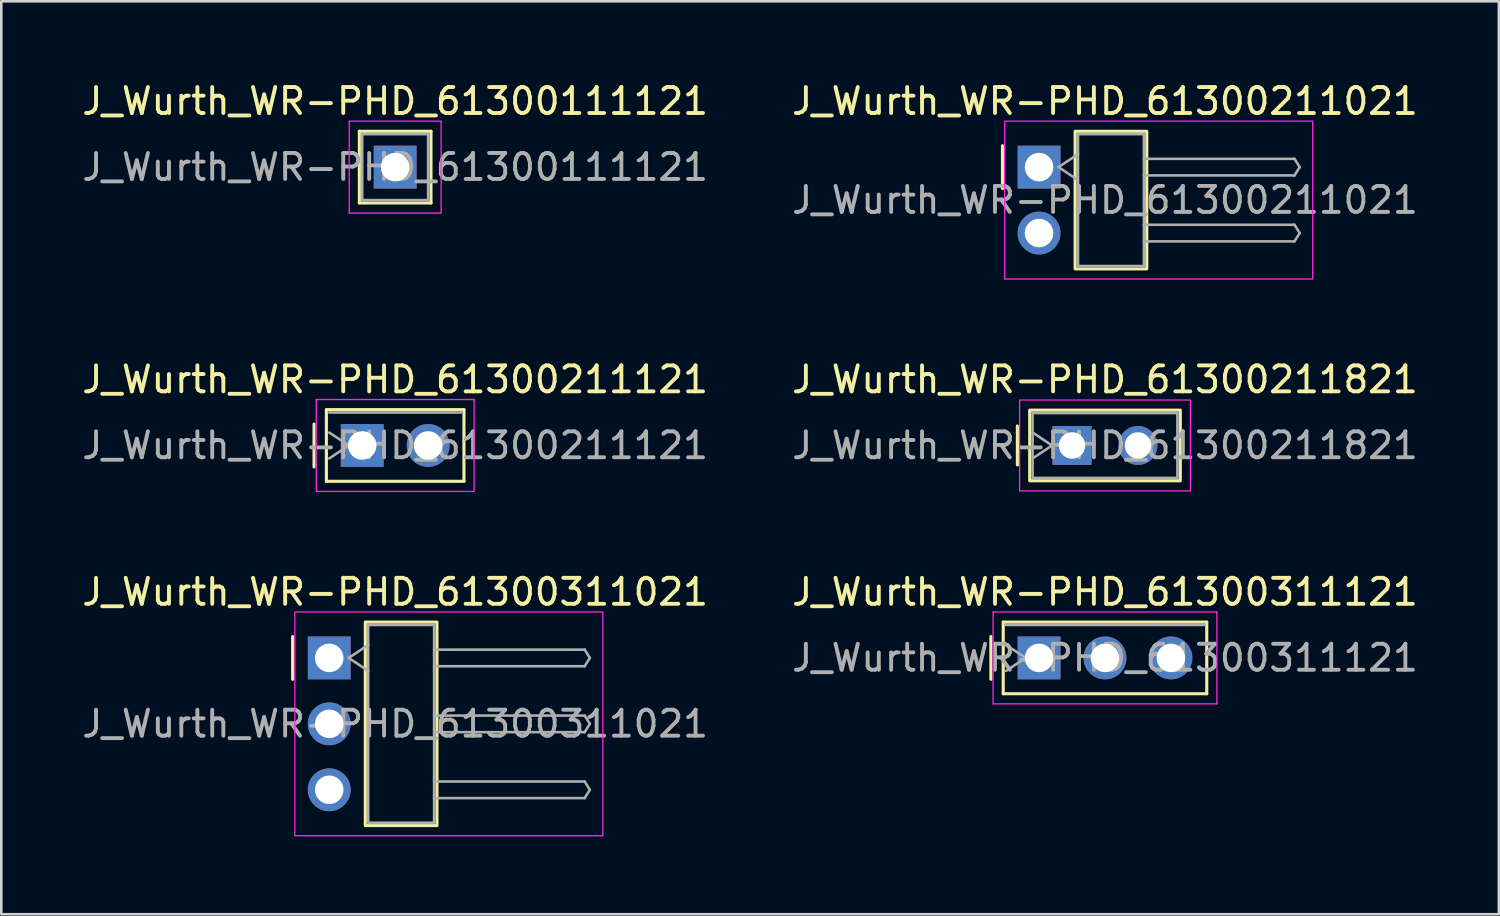
<source format=kicad_pcb>
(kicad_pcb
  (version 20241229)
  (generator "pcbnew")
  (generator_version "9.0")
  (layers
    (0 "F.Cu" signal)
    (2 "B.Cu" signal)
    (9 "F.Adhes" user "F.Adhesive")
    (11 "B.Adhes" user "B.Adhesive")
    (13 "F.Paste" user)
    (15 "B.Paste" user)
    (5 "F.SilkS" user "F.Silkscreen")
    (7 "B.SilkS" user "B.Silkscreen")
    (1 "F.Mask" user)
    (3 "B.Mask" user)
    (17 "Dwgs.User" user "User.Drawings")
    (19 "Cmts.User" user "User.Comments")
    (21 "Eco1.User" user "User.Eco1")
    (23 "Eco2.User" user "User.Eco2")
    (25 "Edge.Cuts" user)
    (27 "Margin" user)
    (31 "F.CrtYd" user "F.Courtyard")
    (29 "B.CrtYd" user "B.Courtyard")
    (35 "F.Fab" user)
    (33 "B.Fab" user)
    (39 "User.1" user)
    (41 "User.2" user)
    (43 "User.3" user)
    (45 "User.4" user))
  (footprint "J_Wurth_WR-PHD_61300211021"
    (layer "F.Cu")
    (at 36.978 3.388)
    (property "Reference" "J_Wurth_WR-PHD_61300211021" (at 2.54 -2.54 0) (unlocked yes) (layer "F.SilkS") (effects (font (size 1 1) (thickness 0.15))))
    (attr through_hole)
    (fp_line (start -1.41 -0.825) (end -1.41 0.825) (stroke (width 0.12) (type solid)) (layer "F.SilkS"))
    (fp_rect (start 1.39 -1.38) (end 4.15 3.92) (stroke (width 0.12) (type solid)) (fill no) (layer "F.SilkS"))
    (fp_rect (start -1.325 -1.77) (end 10.54 4.31) (stroke (width 0.05) (type solid)) (fill no) (layer "F.CrtYd"))
    (fp_line (start 0.75 0) (end 1.5 -0.5) (stroke (width 0.1) (type solid)) (layer "F.Fab"))
    (fp_line (start 0.75 0) (end 1.5 0.5) (stroke (width 0.1) (type solid)) (layer "F.Fab"))
    (fp_line (start 4.04 0.32) (end 9.84 0.32) (stroke (width 0.1) (type solid)) (layer "F.Fab"))
    (fp_line (start 4.04 2.86) (end 9.84 2.86) (stroke (width 0.1) (type solid)) (layer "F.Fab"))
    (fp_line (start 9.84 -0.32) (end 4.04 -0.32) (stroke (width 0.1) (type solid)) (layer "F.Fab"))
    (fp_line (start 9.84 0.32) (end 10.04 0) (stroke (width 0.1) (type solid)) (layer "F.Fab"))
    (fp_line (start 9.84 2.22) (end 4.04 2.22) (stroke (width 0.1) (type solid)) (layer "F.Fab"))
    (fp_line (start 9.84 2.86) (end 10.04 2.54) (stroke (width 0.1) (type solid)) (layer "F.Fab"))
    (fp_line (start 10.04 0) (end 9.84 -0.32) (stroke (width 0.1) (type solid)) (layer "F.Fab"))
    (fp_line (start 10.04 2.54) (end 9.84 2.22) (stroke (width 0.1) (type solid)) (layer "F.Fab"))
    (fp_rect (start 1.5 -1.27) (end 4.04 3.81) (stroke (width 0.1) (type solid)) (fill no) (layer "F.Fab"))
    (fp_text user "${REFERENCE}" (at 2.54 1.27 0) (unlocked yes) (layer "F.Fab") (effects (font (size 1 1) (thickness 0.15))))
    (pad "1" thru_hole rect (at 0 0) (size 1.65 1.65) (drill 1.1) (layers "*.Cu" "*.Mask"))
    (pad "2" thru_hole circle (at 0 2.54) (size 1.65 1.65) (drill 1.1) (layers "*.Cu" "*.Mask")))
  (footprint "J_Wurth_WR-PHD_61300211121"
    (layer "F.Cu")
    (at 10.903 14.111)
    (property "Reference" "J_Wurth_WR-PHD_61300211121" (at 1.27 -2.54 0) (unlocked yes) (layer "F.SilkS") (effects (font (size 1 1) (thickness 0.15))))
    (attr through_hole)
    (fp_line (start -1.855 -0.825) (end -1.855 0.825) (stroke (width 0.12) (type solid)) (layer "F.SilkS"))
    (fp_line (start -1.38 -1.38) (end -1.38 1.38) (stroke (width 0.12) (type solid)) (layer "F.SilkS"))
    (fp_line (start -1.38 -1.38) (end 3.92 -1.38) (stroke (width 0.12) (type solid)) (layer "F.SilkS"))
    (fp_line (start -1.38 1.38) (end 3.92 1.38) (stroke (width 0.12) (type solid)) (layer "F.SilkS"))
    (fp_line (start 3.92 -1.38) (end 3.92 1.38) (stroke (width 0.12) (type solid)) (layer "F.SilkS"))
    (fp_line (start -1.77 -1.77) (end 4.31 -1.77) (stroke (width 0.05) (type solid)) (layer "F.CrtYd"))
    (fp_line (start -1.77 1.77) (end -1.77 -1.77) (stroke (width 0.05) (type solid)) (layer "F.CrtYd"))
    (fp_line (start -1.77 1.77) (end 4.31 1.77) (stroke (width 0.05) (type solid)) (layer "F.CrtYd"))
    (fp_line (start 4.31 -1.77) (end 4.31 1.77) (stroke (width 0.05) (type solid)) (layer "F.CrtYd"))
    (fp_line (start -1.27 -1.27) (end 3.81 -1.27) (stroke (width 0.1) (type solid)) (layer "F.Fab"))
    (fp_line (start -1.27 -0.5) (end -0.52 0) (stroke (width 0.1) (type solid)) (layer "F.Fab"))
    (fp_line (start -0.52 0) (end -1.27 0.5) (stroke (width 0.1) (type solid)) (layer "F.Fab"))
    (fp_line (start -1.27 1.27) (end -1.27 -1.27) (stroke (width 0.1) (type default)) (layer "User.1"))
    (fp_line (start 3.81 -1.27) (end 3.81 1.27) (stroke (width 0.1) (type default)) (layer "User.1"))
    (fp_line (start 3.81 1.27) (end -1.27 1.27) (stroke (width 0.1) (type default)) (layer "User.1"))
    (fp_text user "${REFERENCE}" (at 1.27 0 0) (unlocked yes) (layer "F.Fab") (effects (font (size 1 1) (thickness 0.15))))
    (pad "1" thru_hole rect (at 0 0) (size 1.65 1.65) (drill 1.1) (layers "*.Cu" "*.Mask"))
    (pad "2" thru_hole circle (at 2.54 0) (size 1.65 1.65) (drill 1.1) (layers "*.Cu" "*.Mask")))
  (footprint "J_Wurth_WR-PHD_61300311021"
    (layer "F.Cu")
    (at 9.633 22.295)
    (property "Reference" "J_Wurth_WR-PHD_61300311021" (at 2.54 -2.54 0) (unlocked yes) (layer "F.SilkS") (effects (font (size 1 1) (thickness 0.15))))
    (attr through_hole)
    (fp_line (start -1.41 -0.825) (end -1.41 0.825) (stroke (width 0.12) (type solid)) (layer "F.SilkS"))
    (fp_rect (start 1.39 -1.38) (end 4.15 6.46) (stroke (width 0.12) (type solid)) (fill no) (layer "F.SilkS"))
    (fp_rect (start -1.325 -1.77) (end 10.54 6.85) (stroke (width 0.05) (type solid)) (fill no) (layer "F.CrtYd"))
    (fp_line (start 0.75 0) (end 1.5 -0.5) (stroke (width 0.1) (type solid)) (layer "F.Fab"))
    (fp_line (start 0.75 0) (end 1.5 0.5) (stroke (width 0.1) (type solid)) (layer "F.Fab"))
    (fp_line (start 4.04 0.32) (end 9.84 0.32) (stroke (width 0.1) (type solid)) (layer "F.Fab"))
    (fp_line (start 4.04 2.86) (end 9.84 2.86) (stroke (width 0.1) (type solid)) (layer "F.Fab"))
    (fp_line (start 4.04 5.4) (end 9.84 5.4) (stroke (width 0.1) (type solid)) (layer "F.Fab"))
    (fp_line (start 9.84 -0.32) (end 4.04 -0.32) (stroke (width 0.1) (type solid)) (layer "F.Fab"))
    (fp_line (start 9.84 0.32) (end 10.04 0) (stroke (width 0.1) (type default)) (layer "F.Fab"))
    (fp_line (start 9.84 2.22) (end 4.04 2.22) (stroke (width 0.1) (type solid)) (layer "F.Fab"))
    (fp_line (start 9.84 2.86) (end 10.04 2.54) (stroke (width 0.1) (type default)) (layer "F.Fab"))
    (fp_line (start 9.84 4.76) (end 4.04 4.76) (stroke (width 0.1) (type solid)) (layer "F.Fab"))
    (fp_line (start 9.84 5.4) (end 10.04 5.08) (stroke (width 0.1) (type default)) (layer "F.Fab"))
    (fp_line (start 10.04 0) (end 9.84 -0.32) (stroke (width 0.1) (type solid)) (layer "F.Fab"))
    (fp_line (start 10.04 2.54) (end 9.84 2.22) (stroke (width 0.1) (type solid)) (layer "F.Fab"))
    (fp_line (start 10.04 5.08) (end 9.84 4.76) (stroke (width 0.1) (type solid)) (layer "F.Fab"))
    (fp_rect (start 1.5 -1.27) (end 4.04 6.35) (stroke (width 0.1) (type solid)) (fill no) (layer "F.Fab"))
    (fp_text user "${REFERENCE}" (at 2.54 2.54 0) (unlocked yes) (layer "F.Fab") (effects (font (size 1 1) (thickness 0.15))))
    (pad "1" thru_hole rect (at 0 0 180) (size 1.65 1.65) (drill 1.1) (layers "*.Cu" "*.Mask"))
    (pad "2" thru_hole circle (at 0 2.54 90) (size 1.65 1.65) (drill 1.1) (layers "*.Cu" "*.Mask"))
    (pad "3" thru_hole circle (at 0 5.08 90) (size 1.65 1.65) (drill 1.1) (layers "*.Cu" "*.Mask")))
  (footprint "J_Wurth_WR-PHD_61300311121"
    (layer "F.Cu")
    (at 36.978 22.295)
    (property "Reference" "J_Wurth_WR-PHD_61300311121" (at 2.54 -2.54 0) (unlocked yes) (layer "F.SilkS") (effects (font (size 1 1) (thickness 0.15))))
    (attr through_hole)
    (fp_line (start -1.855 -0.825) (end -1.855 0.825) (stroke (width 0.12) (type solid)) (layer "F.SilkS"))
    (fp_line (start -1.38 -1.38) (end -1.38 1.38) (stroke (width 0.12) (type solid)) (layer "F.SilkS"))
    (fp_line (start -1.38 -1.38) (end 6.46 -1.38) (stroke (width 0.12) (type solid)) (layer "F.SilkS"))
    (fp_line (start -1.38 1.38) (end 6.46 1.38) (stroke (width 0.12) (type solid)) (layer "F.SilkS"))
    (fp_line (start 6.46 -1.38) (end 6.46 1.38) (stroke (width 0.12) (type solid)) (layer "F.SilkS"))
    (fp_line (start -1.77 -1.77) (end 6.85 -1.77) (stroke (width 0.05) (type solid)) (layer "F.CrtYd"))
    (fp_line (start -1.77 1.77) (end -1.77 -1.77) (stroke (width 0.05) (type solid)) (layer "F.CrtYd"))
    (fp_line (start -1.77 1.77) (end 6.85 1.77) (stroke (width 0.05) (type solid)) (layer "F.CrtYd"))
    (fp_line (start 6.85 -1.77) (end 6.85 1.77) (stroke (width 0.05) (type solid)) (layer "F.CrtYd"))
    (fp_line (start -1.27 -1.27) (end 6.35 -1.27) (stroke (width 0.1) (type solid)) (layer "F.Fab"))
    (fp_line (start -1.27 -0.5) (end -0.52 0) (stroke (width 0.1) (type solid)) (layer "F.Fab"))
    (fp_line (start -0.52 0) (end -1.27 0.5) (stroke (width 0.1) (type solid)) (layer "F.Fab"))
    (fp_line (start -1.27 1.27) (end -1.27 -1.27) (stroke (width 0.1) (type default)) (layer "User.1"))
    (fp_line (start -1.27 1.27) (end 6.35 1.27) (stroke (width 0.1) (type solid)) (layer "User.1"))
    (fp_line (start 6.35 -1.27) (end 6.35 1.27) (stroke (width 0.1) (type solid)) (layer "User.1"))
    (fp_text user "${REFERENCE}" (at 2.54 0 0) (unlocked yes) (layer "F.Fab") (effects (font (size 1 1) (thickness 0.15))))
    (pad "1" thru_hole rect (at 0 0) (size 1.65 1.65) (drill 1.1) (layers "*.Cu" "*.Mask"))
    (pad "2" thru_hole circle (at 2.54 0) (size 1.65 1.65) (drill 1.1) (layers "*.Cu" "*.Mask"))
    (pad "3" thru_hole circle (at 5.08 0) (size 1.65 1.65) (drill 1.1) (layers "*.Cu" "*.Mask")))
  (footprint "J_Wurth_WR-PHD_61300211821"
    (layer "F.Cu")
    (at 38.248 14.111)
    (property "Reference" "J_Wurth_WR-PHD_61300211821" (at 1.27 -2.54 0) (unlocked yes) (layer "F.SilkS") (effects (font (size 1 1) (thickness 0.15))))
    (attr through_hole)
    (fp_line (start -2.105 -0.75) (end -2.105 0.75) (stroke (width 0.12) (type solid)) (layer "F.SilkS"))
    (fp_rect (start -1.63 -1.36) (end 4.17 1.36) (stroke (width 0.12) (type solid)) (fill no) (layer "F.SilkS"))
    (fp_rect (start -2.02 -1.75) (end 4.56 1.75) (stroke (width 0.05) (type solid)) (fill no) (layer "F.CrtYd"))
    (fp_line (start -1.52 -0.5) (end -0.77 0) (stroke (width 0.1) (type solid)) (layer "F.Fab"))
    (fp_line (start -0.77 0) (end -1.52 0.5) (stroke (width 0.1) (type solid)) (layer "F.Fab"))
    (fp_rect (start -1.52 -1.25) (end 4.06 1.25) (stroke (width 0.1) (type solid)) (fill no) (layer "F.Fab"))
    (fp_text user "${REFERENCE}" (at 1.27 0 0) (unlocked yes) (layer "F.Fab") (effects (font (size 1 1) (thickness 0.15))))
    (pad "1" thru_hole rect (at 0 0) (size 1.5 1.5) (drill 1.02) (layers "*.Cu" "*.Mask"))
    (pad "2" thru_hole circle (at 2.54 0) (size 1.5 1.5) (drill 1.02) (layers "*.Cu" "*.Mask")))
  (footprint "J_Wurth_WR-PHD_61300111121"
    (layer "F.Cu")
    (at 12.173 3.388)
    (property "Reference" "J_Wurth_WR-PHD_61300111121" (at 0 -2.54 0) (unlocked yes) (layer "F.SilkS") (effects (font (size 1 1) (thickness 0.15))))
    (attr through_hole)
    (fp_line (start -1.38 -1.38) (end -1.38 1.38) (stroke (width 0.12) (type solid)) (layer "F.SilkS"))
    (fp_line (start -1.38 -1.38) (end 1.38 -1.38) (stroke (width 0.12) (type solid)) (layer "F.SilkS"))
    (fp_line (start -1.38 1.38) (end 1.38 1.38) (stroke (width 0.12) (type solid)) (layer "F.SilkS"))
    (fp_line (start 1.38 -1.38) (end 1.38 1.38) (stroke (width 0.12) (type solid)) (layer "F.SilkS"))
    (fp_line (start -1.77 -1.77) (end -1.77 1.77) (stroke (width 0.05) (type solid)) (layer "F.CrtYd"))
    (fp_line (start -1.77 -1.77) (end 1.77 -1.77) (stroke (width 0.05) (type solid)) (layer "F.CrtYd"))
    (fp_line (start -1.77 1.77) (end 1.77 1.77) (stroke (width 0.05) (type solid)) (layer "F.CrtYd"))
    (fp_line (start 1.77 -1.77) (end 1.77 1.77) (stroke (width 0.05) (type solid)) (layer "F.CrtYd"))
    (fp_line (start -1.27 -1.27) (end 1.27 -1.27) (stroke (width 0.1) (type default)) (layer "F.Fab"))
    (fp_line (start -1.27 1.27) (end -1.27 -1.27) (stroke (width 0.1) (type default)) (layer "F.Fab"))
    (fp_line (start 1.27 -1.27) (end 1.27 1.27) (stroke (width 0.1) (type default)) (layer "F.Fab"))
    (fp_line (start 1.27 1.27) (end -1.27 1.27) (stroke (width 0.1) (type default)) (layer "F.Fab"))
    (fp_text user "${REFERENCE}" (at 0 0 0) (unlocked yes) (layer "F.Fab") (effects (font (size 1 1) (thickness 0.15))))
    (pad "1" thru_hole rect (at 0 0) (size 1.65 1.65) (drill 1.1) (layers "*.Cu" "*.Mask")))
  (gr_rect
    (start -3 -3)
    (end 54.69 32.17)
    (stroke (width 0.1) (type default))
    (fill no)
    (layer "Edge.Cuts")))
</source>
